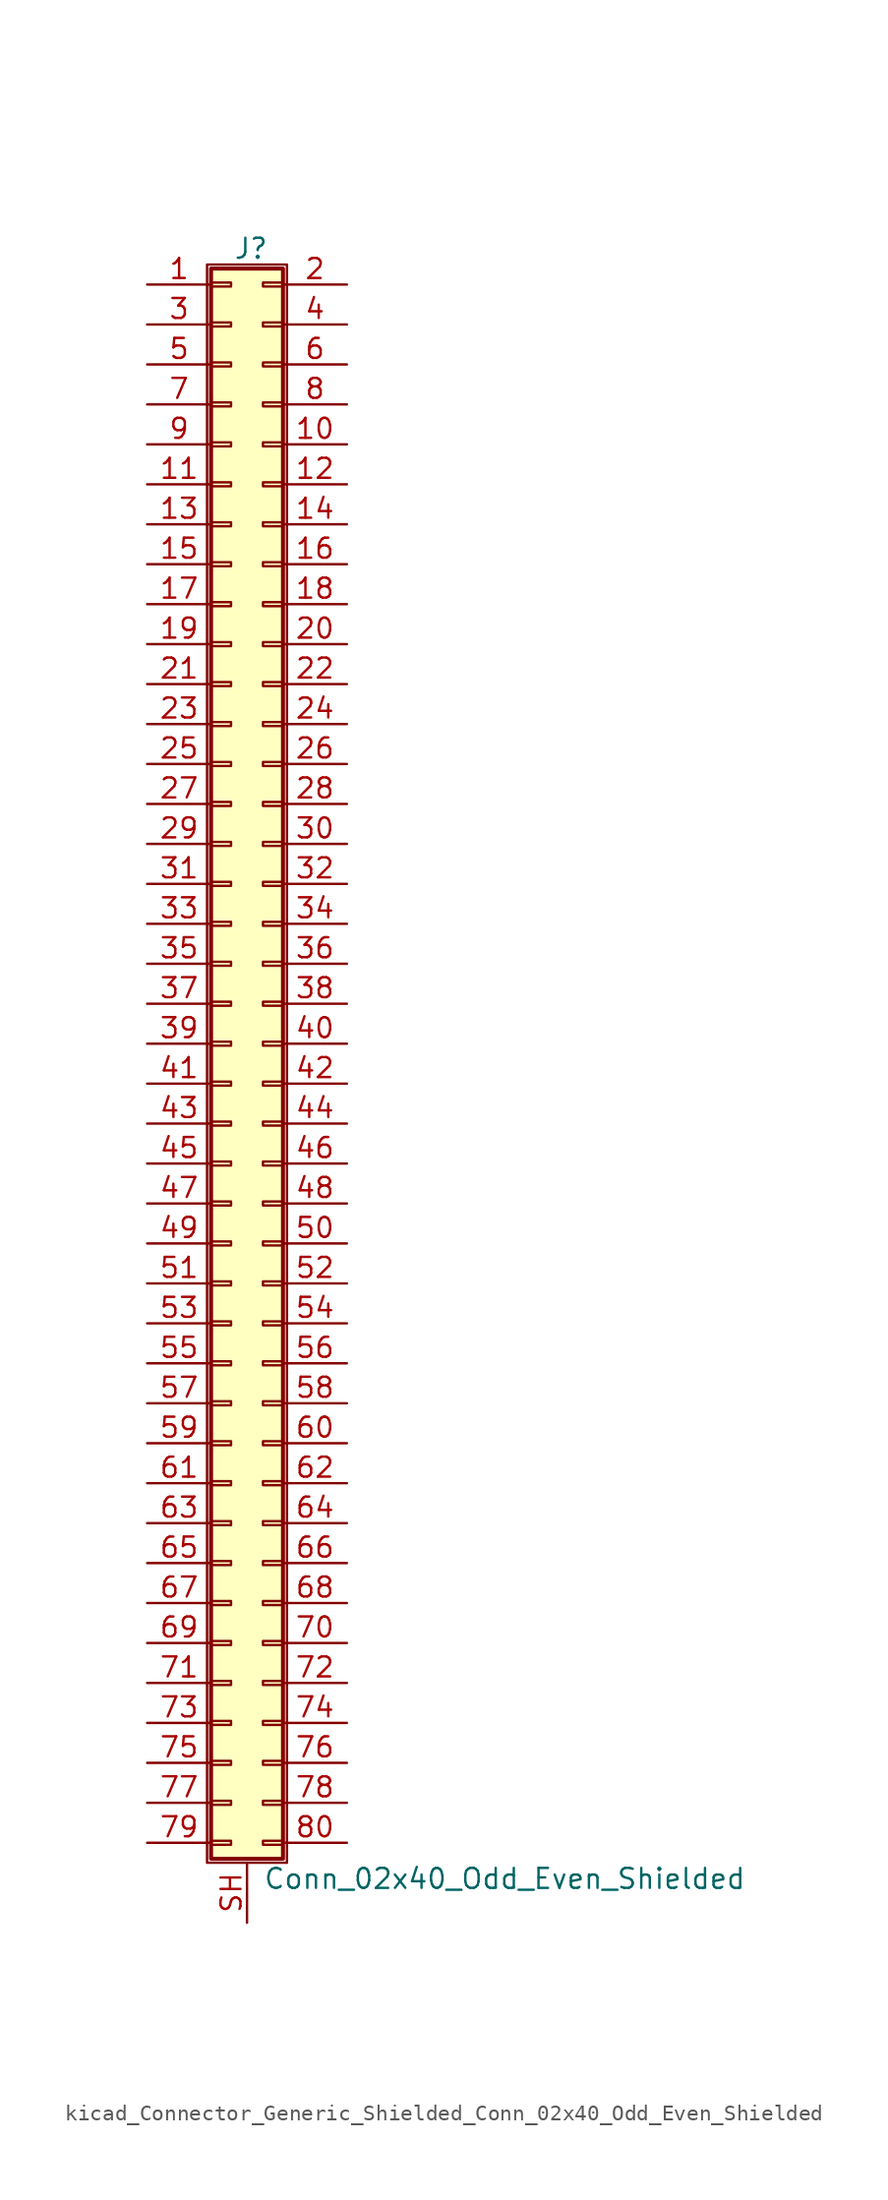
<source format=kicad_sym>
(kicad_symbol_lib
  (version 20220914)
  (generator kicad_symbol_editor)
  (symbol "kicad_Connector_Generic_Shielded_Conn_02x40_Odd_Even_Shielded"
    (pin_names
      (offset 1.016) hide)
    (property "Reference" "J"
      (at 1.524 50.546 0)
      (effects (font (size 1.27 1.27))))
    (property "Value" "Conn_02x40_Odd_Even_Shielded"
      (at 2.286 -53.086 0)
      (effects (font (size 1.27 1.27)) (justify left)))
    (symbol "kicad_Connector_Generic_Shielded_Conn_02x40_Odd_Even_Shielded_1_1"
      (rectangle (start -1.27 49.53) (end 3.81 -52.07) (stroke (width 0.152) (type default)) (fill (type none)))
      (rectangle (start -1.016 -50.673) (end 0.254 -50.927) (stroke (width 0.152) (type default)) (fill (type none)))
      (rectangle (start -1.016 -48.133) (end 0.254 -48.387) (stroke (width 0.152) (type default)) (fill (type none)))
      (rectangle (start -1.016 -45.593) (end 0.254 -45.847) (stroke (width 0.152) (type default)) (fill (type none)))
      (rectangle (start -1.016 -43.053) (end 0.254 -43.307) (stroke (width 0.152) (type default)) (fill (type none)))
      (rectangle (start -1.016 -40.513) (end 0.254 -40.767) (stroke (width 0.152) (type default)) (fill (type none)))
      (rectangle (start -1.016 -37.973) (end 0.254 -38.227) (stroke (width 0.152) (type default)) (fill (type none)))
      (rectangle (start -1.016 -35.433) (end 0.254 -35.687) (stroke (width 0.152) (type default)) (fill (type none)))
      (rectangle (start -1.016 -32.893) (end 0.254 -33.147) (stroke (width 0.152) (type default)) (fill (type none)))
      (rectangle (start -1.016 -30.353) (end 0.254 -30.607) (stroke (width 0.152) (type default)) (fill (type none)))
      (rectangle (start -1.016 -27.813) (end 0.254 -28.067) (stroke (width 0.152) (type default)) (fill (type none)))
      (rectangle (start -1.016 -25.273) (end 0.254 -25.527) (stroke (width 0.152) (type default)) (fill (type none)))
      (rectangle (start -1.016 -22.733) (end 0.254 -22.987) (stroke (width 0.152) (type default)) (fill (type none)))
      (rectangle (start -1.016 -20.193) (end 0.254 -20.447) (stroke (width 0.152) (type default)) (fill (type none)))
      (rectangle (start -1.016 -17.653) (end 0.254 -17.907) (stroke (width 0.152) (type default)) (fill (type none)))
      (rectangle (start -1.016 -15.113) (end 0.254 -15.367) (stroke (width 0.152) (type default)) (fill (type none)))
      (rectangle (start -1.016 -12.573) (end 0.254 -12.827) (stroke (width 0.152) (type default)) (fill (type none)))
      (rectangle (start -1.016 -10.033) (end 0.254 -10.287) (stroke (width 0.152) (type default)) (fill (type none)))
      (rectangle (start -1.016 -7.493) (end 0.254 -7.747) (stroke (width 0.152) (type default)) (fill (type none)))
      (rectangle (start -1.016 -4.953) (end 0.254 -5.207) (stroke (width 0.152) (type default)) (fill (type none)))
      (rectangle (start -1.016 -2.413) (end 0.254 -2.667) (stroke (width 0.152) (type default)) (fill (type none)))
      (rectangle (start -1.016 0.127) (end 0.254 -0.127) (stroke (width 0.152) (type default)) (fill (type none)))
      (rectangle (start -1.016 2.667) (end 0.254 2.413) (stroke (width 0.152) (type default)) (fill (type none)))
      (rectangle (start -1.016 5.207) (end 0.254 4.953) (stroke (width 0.152) (type default)) (fill (type none)))
      (rectangle (start -1.016 7.747) (end 0.254 7.493) (stroke (width 0.152) (type default)) (fill (type none)))
      (rectangle (start -1.016 10.287) (end 0.254 10.033) (stroke (width 0.152) (type default)) (fill (type none)))
      (rectangle (start -1.016 12.827) (end 0.254 12.573) (stroke (width 0.152) (type default)) (fill (type none)))
      (rectangle (start -1.016 15.367) (end 0.254 15.113) (stroke (width 0.152) (type default)) (fill (type none)))
      (rectangle (start -1.016 17.907) (end 0.254 17.653) (stroke (width 0.152) (type default)) (fill (type none)))
      (rectangle (start -1.016 20.447) (end 0.254 20.193) (stroke (width 0.152) (type default)) (fill (type none)))
      (rectangle (start -1.016 22.987) (end 0.254 22.733) (stroke (width 0.152) (type default)) (fill (type none)))
      (rectangle (start -1.016 25.527) (end 0.254 25.273) (stroke (width 0.152) (type default)) (fill (type none)))
      (rectangle (start -1.016 28.067) (end 0.254 27.813) (stroke (width 0.152) (type default)) (fill (type none)))
      (rectangle (start -1.016 30.607) (end 0.254 30.353) (stroke (width 0.152) (type default)) (fill (type none)))
      (rectangle (start -1.016 33.147) (end 0.254 32.893) (stroke (width 0.152) (type default)) (fill (type none)))
      (rectangle (start -1.016 35.687) (end 0.254 35.433) (stroke (width 0.152) (type default)) (fill (type none)))
      (rectangle (start -1.016 38.227) (end 0.254 37.973) (stroke (width 0.152) (type default)) (fill (type none)))
      (rectangle (start -1.016 40.767) (end 0.254 40.513) (stroke (width 0.152) (type default)) (fill (type none)))
      (rectangle (start -1.016 43.307) (end 0.254 43.053) (stroke (width 0.152) (type default)) (fill (type none)))
      (rectangle (start -1.016 45.847) (end 0.254 45.593) (stroke (width 0.152) (type default)) (fill (type none)))
      (rectangle (start -1.016 48.387) (end 0.254 48.133) (stroke (width 0.152) (type default)) (fill (type none)))
      (rectangle (start -1.016 49.276) (end 3.556 -51.816) (stroke (width 0.254) (type default)) (fill (type background)))
      (rectangle (start 3.556 -50.673) (end 2.286 -50.927) (stroke (width 0.152) (type default)) (fill (type none)))
      (rectangle (start 3.556 -48.133) (end 2.286 -48.387) (stroke (width 0.152) (type default)) (fill (type none)))
      (rectangle (start 3.556 -45.593) (end 2.286 -45.847) (stroke (width 0.152) (type default)) (fill (type none)))
      (rectangle (start 3.556 -43.053) (end 2.286 -43.307) (stroke (width 0.152) (type default)) (fill (type none)))
      (rectangle (start 3.556 -40.513) (end 2.286 -40.767) (stroke (width 0.152) (type default)) (fill (type none)))
      (rectangle (start 3.556 -37.973) (end 2.286 -38.227) (stroke (width 0.152) (type default)) (fill (type none)))
      (rectangle (start 3.556 -35.433) (end 2.286 -35.687) (stroke (width 0.152) (type default)) (fill (type none)))
      (rectangle (start 3.556 -32.893) (end 2.286 -33.147) (stroke (width 0.152) (type default)) (fill (type none)))
      (rectangle (start 3.556 -30.353) (end 2.286 -30.607) (stroke (width 0.152) (type default)) (fill (type none)))
      (rectangle (start 3.556 -27.813) (end 2.286 -28.067) (stroke (width 0.152) (type default)) (fill (type none)))
      (rectangle (start 3.556 -25.273) (end 2.286 -25.527) (stroke (width 0.152) (type default)) (fill (type none)))
      (rectangle (start 3.556 -22.733) (end 2.286 -22.987) (stroke (width 0.152) (type default)) (fill (type none)))
      (rectangle (start 3.556 -20.193) (end 2.286 -20.447) (stroke (width 0.152) (type default)) (fill (type none)))
      (rectangle (start 3.556 -17.653) (end 2.286 -17.907) (stroke (width 0.152) (type default)) (fill (type none)))
      (rectangle (start 3.556 -15.113) (end 2.286 -15.367) (stroke (width 0.152) (type default)) (fill (type none)))
      (rectangle (start 3.556 -12.573) (end 2.286 -12.827) (stroke (width 0.152) (type default)) (fill (type none)))
      (rectangle (start 3.556 -10.033) (end 2.286 -10.287) (stroke (width 0.152) (type default)) (fill (type none)))
      (rectangle (start 3.556 -7.493) (end 2.286 -7.747) (stroke (width 0.152) (type default)) (fill (type none)))
      (rectangle (start 3.556 -4.953) (end 2.286 -5.207) (stroke (width 0.152) (type default)) (fill (type none)))
      (rectangle (start 3.556 -2.413) (end 2.286 -2.667) (stroke (width 0.152) (type default)) (fill (type none)))
      (rectangle (start 3.556 0.127) (end 2.286 -0.127) (stroke (width 0.152) (type default)) (fill (type none)))
      (rectangle (start 3.556 2.667) (end 2.286 2.413) (stroke (width 0.152) (type default)) (fill (type none)))
      (rectangle (start 3.556 5.207) (end 2.286 4.953) (stroke (width 0.152) (type default)) (fill (type none)))
      (rectangle (start 3.556 7.747) (end 2.286 7.493) (stroke (width 0.152) (type default)) (fill (type none)))
      (rectangle (start 3.556 10.287) (end 2.286 10.033) (stroke (width 0.152) (type default)) (fill (type none)))
      (rectangle (start 3.556 12.827) (end 2.286 12.573) (stroke (width 0.152) (type default)) (fill (type none)))
      (rectangle (start 3.556 15.367) (end 2.286 15.113) (stroke (width 0.152) (type default)) (fill (type none)))
      (rectangle (start 3.556 17.907) (end 2.286 17.653) (stroke (width 0.152) (type default)) (fill (type none)))
      (rectangle (start 3.556 20.447) (end 2.286 20.193) (stroke (width 0.152) (type default)) (fill (type none)))
      (rectangle (start 3.556 22.987) (end 2.286 22.733) (stroke (width 0.152) (type default)) (fill (type none)))
      (rectangle (start 3.556 25.527) (end 2.286 25.273) (stroke (width 0.152) (type default)) (fill (type none)))
      (rectangle (start 3.556 28.067) (end 2.286 27.813) (stroke (width 0.152) (type default)) (fill (type none)))
      (rectangle (start 3.556 30.607) (end 2.286 30.353) (stroke (width 0.152) (type default)) (fill (type none)))
      (rectangle (start 3.556 33.147) (end 2.286 32.893) (stroke (width 0.152) (type default)) (fill (type none)))
      (rectangle (start 3.556 35.687) (end 2.286 35.433) (stroke (width 0.152) (type default)) (fill (type none)))
      (rectangle (start 3.556 38.227) (end 2.286 37.973) (stroke (width 0.152) (type default)) (fill (type none)))
      (rectangle (start 3.556 40.767) (end 2.286 40.513) (stroke (width 0.152) (type default)) (fill (type none)))
      (rectangle (start 3.556 43.307) (end 2.286 43.053) (stroke (width 0.152) (type default)) (fill (type none)))
      (rectangle (start 3.556 45.847) (end 2.286 45.593) (stroke (width 0.152) (type default)) (fill (type none)))
      (rectangle (start 3.556 48.387) (end 2.286 48.133) (stroke (width 0.152) (type default)) (fill (type none)))
      (pin passive line (at -5.08 48.26 0) (length 4.064) (name "Pin_1" (effects (font (size 1.27 1.27)))) (number "1" (effects (font (size 1.27 1.27)))))
      (pin passive line (at 7.62 38.1 180) (length 4.064) (name "Pin_10" (effects (font (size 1.27 1.27)))) (number "10" (effects (font (size 1.27 1.27)))))
      (pin passive line (at -5.08 35.56 0) (length 4.064) (name "Pin_11" (effects (font (size 1.27 1.27)))) (number "11" (effects (font (size 1.27 1.27)))))
      (pin passive line (at 7.62 35.56 180) (length 4.064) (name "Pin_12" (effects (font (size 1.27 1.27)))) (number "12" (effects (font (size 1.27 1.27)))))
      (pin passive line (at -5.08 33.02 0) (length 4.064) (name "Pin_13" (effects (font (size 1.27 1.27)))) (number "13" (effects (font (size 1.27 1.27)))))
      (pin passive line (at 7.62 33.02 180) (length 4.064) (name "Pin_14" (effects (font (size 1.27 1.27)))) (number "14" (effects (font (size 1.27 1.27)))))
      (pin passive line (at -5.08 30.48 0) (length 4.064) (name "Pin_15" (effects (font (size 1.27 1.27)))) (number "15" (effects (font (size 1.27 1.27)))))
      (pin passive line (at 7.62 30.48 180) (length 4.064) (name "Pin_16" (effects (font (size 1.27 1.27)))) (number "16" (effects (font (size 1.27 1.27)))))
      (pin passive line (at -5.08 27.94 0) (length 4.064) (name "Pin_17" (effects (font (size 1.27 1.27)))) (number "17" (effects (font (size 1.27 1.27)))))
      (pin passive line (at 7.62 27.94 180) (length 4.064) (name "Pin_18" (effects (font (size 1.27 1.27)))) (number "18" (effects (font (size 1.27 1.27)))))
      (pin passive line (at -5.08 25.4 0) (length 4.064) (name "Pin_19" (effects (font (size 1.27 1.27)))) (number "19" (effects (font (size 1.27 1.27)))))
      (pin passive line (at 7.62 48.26 180) (length 4.064) (name "Pin_2" (effects (font (size 1.27 1.27)))) (number "2" (effects (font (size 1.27 1.27)))))
      (pin passive line (at 7.62 25.4 180) (length 4.064) (name "Pin_20" (effects (font (size 1.27 1.27)))) (number "20" (effects (font (size 1.27 1.27)))))
      (pin passive line (at -5.08 22.86 0) (length 4.064) (name "Pin_21" (effects (font (size 1.27 1.27)))) (number "21" (effects (font (size 1.27 1.27)))))
      (pin passive line (at 7.62 22.86 180) (length 4.064) (name "Pin_22" (effects (font (size 1.27 1.27)))) (number "22" (effects (font (size 1.27 1.27)))))
      (pin passive line (at -5.08 20.32 0) (length 4.064) (name "Pin_23" (effects (font (size 1.27 1.27)))) (number "23" (effects (font (size 1.27 1.27)))))
      (pin passive line (at 7.62 20.32 180) (length 4.064) (name "Pin_24" (effects (font (size 1.27 1.27)))) (number "24" (effects (font (size 1.27 1.27)))))
      (pin passive line (at -5.08 17.78 0) (length 4.064) (name "Pin_25" (effects (font (size 1.27 1.27)))) (number "25" (effects (font (size 1.27 1.27)))))
      (pin passive line (at 7.62 17.78 180) (length 4.064) (name "Pin_26" (effects (font (size 1.27 1.27)))) (number "26" (effects (font (size 1.27 1.27)))))
      (pin passive line (at -5.08 15.24 0) (length 4.064) (name "Pin_27" (effects (font (size 1.27 1.27)))) (number "27" (effects (font (size 1.27 1.27)))))
      (pin passive line (at 7.62 15.24 180) (length 4.064) (name "Pin_28" (effects (font (size 1.27 1.27)))) (number "28" (effects (font (size 1.27 1.27)))))
      (pin passive line (at -5.08 12.7 0) (length 4.064) (name "Pin_29" (effects (font (size 1.27 1.27)))) (number "29" (effects (font (size 1.27 1.27)))))
      (pin passive line (at -5.08 45.72 0) (length 4.064) (name "Pin_3" (effects (font (size 1.27 1.27)))) (number "3" (effects (font (size 1.27 1.27)))))
      (pin passive line (at 7.62 12.7 180) (length 4.064) (name "Pin_30" (effects (font (size 1.27 1.27)))) (number "30" (effects (font (size 1.27 1.27)))))
      (pin passive line (at -5.08 10.16 0) (length 4.064) (name "Pin_31" (effects (font (size 1.27 1.27)))) (number "31" (effects (font (size 1.27 1.27)))))
      (pin passive line (at 7.62 10.16 180) (length 4.064) (name "Pin_32" (effects (font (size 1.27 1.27)))) (number "32" (effects (font (size 1.27 1.27)))))
      (pin passive line (at -5.08 7.62 0) (length 4.064) (name "Pin_33" (effects (font (size 1.27 1.27)))) (number "33" (effects (font (size 1.27 1.27)))))
      (pin passive line (at 7.62 7.62 180) (length 4.064) (name "Pin_34" (effects (font (size 1.27 1.27)))) (number "34" (effects (font (size 1.27 1.27)))))
      (pin passive line (at -5.08 5.08 0) (length 4.064) (name "Pin_35" (effects (font (size 1.27 1.27)))) (number "35" (effects (font (size 1.27 1.27)))))
      (pin passive line (at 7.62 5.08 180) (length 4.064) (name "Pin_36" (effects (font (size 1.27 1.27)))) (number "36" (effects (font (size 1.27 1.27)))))
      (pin passive line (at -5.08 2.54 0) (length 4.064) (name "Pin_37" (effects (font (size 1.27 1.27)))) (number "37" (effects (font (size 1.27 1.27)))))
      (pin passive line (at 7.62 2.54 180) (length 4.064) (name "Pin_38" (effects (font (size 1.27 1.27)))) (number "38" (effects (font (size 1.27 1.27)))))
      (pin passive line (at -5.08 0 0) (length 4.064) (name "Pin_39" (effects (font (size 1.27 1.27)))) (number "39" (effects (font (size 1.27 1.27)))))
      (pin passive line (at 7.62 45.72 180) (length 4.064) (name "Pin_4" (effects (font (size 1.27 1.27)))) (number "4" (effects (font (size 1.27 1.27)))))
      (pin passive line (at 7.62 0 180) (length 4.064) (name "Pin_40" (effects (font (size 1.27 1.27)))) (number "40" (effects (font (size 1.27 1.27)))))
      (pin passive line (at -5.08 -2.54 0) (length 4.064) (name "Pin_41" (effects (font (size 1.27 1.27)))) (number "41" (effects (font (size 1.27 1.27)))))
      (pin passive line (at 7.62 -2.54 180) (length 4.064) (name "Pin_42" (effects (font (size 1.27 1.27)))) (number "42" (effects (font (size 1.27 1.27)))))
      (pin passive line (at -5.08 -5.08 0) (length 4.064) (name "Pin_43" (effects (font (size 1.27 1.27)))) (number "43" (effects (font (size 1.27 1.27)))))
      (pin passive line (at 7.62 -5.08 180) (length 4.064) (name "Pin_44" (effects (font (size 1.27 1.27)))) (number "44" (effects (font (size 1.27 1.27)))))
      (pin passive line (at -5.08 -7.62 0) (length 4.064) (name "Pin_45" (effects (font (size 1.27 1.27)))) (number "45" (effects (font (size 1.27 1.27)))))
      (pin passive line (at 7.62 -7.62 180) (length 4.064) (name "Pin_46" (effects (font (size 1.27 1.27)))) (number "46" (effects (font (size 1.27 1.27)))))
      (pin passive line (at -5.08 -10.16 0) (length 4.064) (name "Pin_47" (effects (font (size 1.27 1.27)))) (number "47" (effects (font (size 1.27 1.27)))))
      (pin passive line (at 7.62 -10.16 180) (length 4.064) (name "Pin_48" (effects (font (size 1.27 1.27)))) (number "48" (effects (font (size 1.27 1.27)))))
      (pin passive line (at -5.08 -12.7 0) (length 4.064) (name "Pin_49" (effects (font (size 1.27 1.27)))) (number "49" (effects (font (size 1.27 1.27)))))
      (pin passive line (at -5.08 43.18 0) (length 4.064) (name "Pin_5" (effects (font (size 1.27 1.27)))) (number "5" (effects (font (size 1.27 1.27)))))
      (pin passive line (at 7.62 -12.7 180) (length 4.064) (name "Pin_50" (effects (font (size 1.27 1.27)))) (number "50" (effects (font (size 1.27 1.27)))))
      (pin passive line (at -5.08 -15.24 0) (length 4.064) (name "Pin_51" (effects (font (size 1.27 1.27)))) (number "51" (effects (font (size 1.27 1.27)))))
      (pin passive line (at 7.62 -15.24 180) (length 4.064) (name "Pin_52" (effects (font (size 1.27 1.27)))) (number "52" (effects (font (size 1.27 1.27)))))
      (pin passive line (at -5.08 -17.78 0) (length 4.064) (name "Pin_53" (effects (font (size 1.27 1.27)))) (number "53" (effects (font (size 1.27 1.27)))))
      (pin passive line (at 7.62 -17.78 180) (length 4.064) (name "Pin_54" (effects (font (size 1.27 1.27)))) (number "54" (effects (font (size 1.27 1.27)))))
      (pin passive line (at -5.08 -20.32 0) (length 4.064) (name "Pin_55" (effects (font (size 1.27 1.27)))) (number "55" (effects (font (size 1.27 1.27)))))
      (pin passive line (at 7.62 -20.32 180) (length 4.064) (name "Pin_56" (effects (font (size 1.27 1.27)))) (number "56" (effects (font (size 1.27 1.27)))))
      (pin passive line (at -5.08 -22.86 0) (length 4.064) (name "Pin_57" (effects (font (size 1.27 1.27)))) (number "57" (effects (font (size 1.27 1.27)))))
      (pin passive line (at 7.62 -22.86 180) (length 4.064) (name "Pin_58" (effects (font (size 1.27 1.27)))) (number "58" (effects (font (size 1.27 1.27)))))
      (pin passive line (at -5.08 -25.4 0) (length 4.064) (name "Pin_59" (effects (font (size 1.27 1.27)))) (number "59" (effects (font (size 1.27 1.27)))))
      (pin passive line (at 7.62 43.18 180) (length 4.064) (name "Pin_6" (effects (font (size 1.27 1.27)))) (number "6" (effects (font (size 1.27 1.27)))))
      (pin passive line (at 7.62 -25.4 180) (length 4.064) (name "Pin_60" (effects (font (size 1.27 1.27)))) (number "60" (effects (font (size 1.27 1.27)))))
      (pin passive line (at -5.08 -27.94 0) (length 4.064) (name "Pin_61" (effects (font (size 1.27 1.27)))) (number "61" (effects (font (size 1.27 1.27)))))
      (pin passive line (at 7.62 -27.94 180) (length 4.064) (name "Pin_62" (effects (font (size 1.27 1.27)))) (number "62" (effects (font (size 1.27 1.27)))))
      (pin passive line (at -5.08 -30.48 0) (length 4.064) (name "Pin_63" (effects (font (size 1.27 1.27)))) (number "63" (effects (font (size 1.27 1.27)))))
      (pin passive line (at 7.62 -30.48 180) (length 4.064) (name "Pin_64" (effects (font (size 1.27 1.27)))) (number "64" (effects (font (size 1.27 1.27)))))
      (pin passive line (at -5.08 -33.02 0) (length 4.064) (name "Pin_65" (effects (font (size 1.27 1.27)))) (number "65" (effects (font (size 1.27 1.27)))))
      (pin passive line (at 7.62 -33.02 180) (length 4.064) (name "Pin_66" (effects (font (size 1.27 1.27)))) (number "66" (effects (font (size 1.27 1.27)))))
      (pin passive line (at -5.08 -35.56 0) (length 4.064) (name "Pin_67" (effects (font (size 1.27 1.27)))) (number "67" (effects (font (size 1.27 1.27)))))
      (pin passive line (at 7.62 -35.56 180) (length 4.064) (name "Pin_68" (effects (font (size 1.27 1.27)))) (number "68" (effects (font (size 1.27 1.27)))))
      (pin passive line (at -5.08 -38.1 0) (length 4.064) (name "Pin_69" (effects (font (size 1.27 1.27)))) (number "69" (effects (font (size 1.27 1.27)))))
      (pin passive line (at -5.08 40.64 0) (length 4.064) (name "Pin_7" (effects (font (size 1.27 1.27)))) (number "7" (effects (font (size 1.27 1.27)))))
      (pin passive line (at 7.62 -38.1 180) (length 4.064) (name "Pin_70" (effects (font (size 1.27 1.27)))) (number "70" (effects (font (size 1.27 1.27)))))
      (pin passive line (at -5.08 -40.64 0) (length 4.064) (name "Pin_71" (effects (font (size 1.27 1.27)))) (number "71" (effects (font (size 1.27 1.27)))))
      (pin passive line (at 7.62 -40.64 180) (length 4.064) (name "Pin_72" (effects (font (size 1.27 1.27)))) (number "72" (effects (font (size 1.27 1.27)))))
      (pin passive line (at -5.08 -43.18 0) (length 4.064) (name "Pin_73" (effects (font (size 1.27 1.27)))) (number "73" (effects (font (size 1.27 1.27)))))
      (pin passive line (at 7.62 -43.18 180) (length 4.064) (name "Pin_74" (effects (font (size 1.27 1.27)))) (number "74" (effects (font (size 1.27 1.27)))))
      (pin passive line (at -5.08 -45.72 0) (length 4.064) (name "Pin_75" (effects (font (size 1.27 1.27)))) (number "75" (effects (font (size 1.27 1.27)))))
      (pin passive line (at 7.62 -45.72 180) (length 4.064) (name "Pin_76" (effects (font (size 1.27 1.27)))) (number "76" (effects (font (size 1.27 1.27)))))
      (pin passive line (at -5.08 -48.26 0) (length 4.064) (name "Pin_77" (effects (font (size 1.27 1.27)))) (number "77" (effects (font (size 1.27 1.27)))))
      (pin passive line (at 7.62 -48.26 180) (length 4.064) (name "Pin_78" (effects (font (size 1.27 1.27)))) (number "78" (effects (font (size 1.27 1.27)))))
      (pin passive line (at -5.08 -50.8 0) (length 4.064) (name "Pin_79" (effects (font (size 1.27 1.27)))) (number "79" (effects (font (size 1.27 1.27)))))
      (pin passive line (at 7.62 40.64 180) (length 4.064) (name "Pin_8" (effects (font (size 1.27 1.27)))) (number "8" (effects (font (size 1.27 1.27)))))
      (pin passive line (at 7.62 -50.8 180) (length 4.064) (name "Pin_80" (effects (font (size 1.27 1.27)))) (number "80" (effects (font (size 1.27 1.27)))))
      (pin passive line (at -5.08 38.1 0) (length 4.064) (name "Pin_9" (effects (font (size 1.27 1.27)))) (number "9" (effects (font (size 1.27 1.27)))))
      (pin passive line (at 1.27 -55.88 90) (length 3.81) (name "Shield" (effects (font (size 1.27 1.27)))) (number "SH" (effects (font (size 1.27 1.27))))))))
</source>
